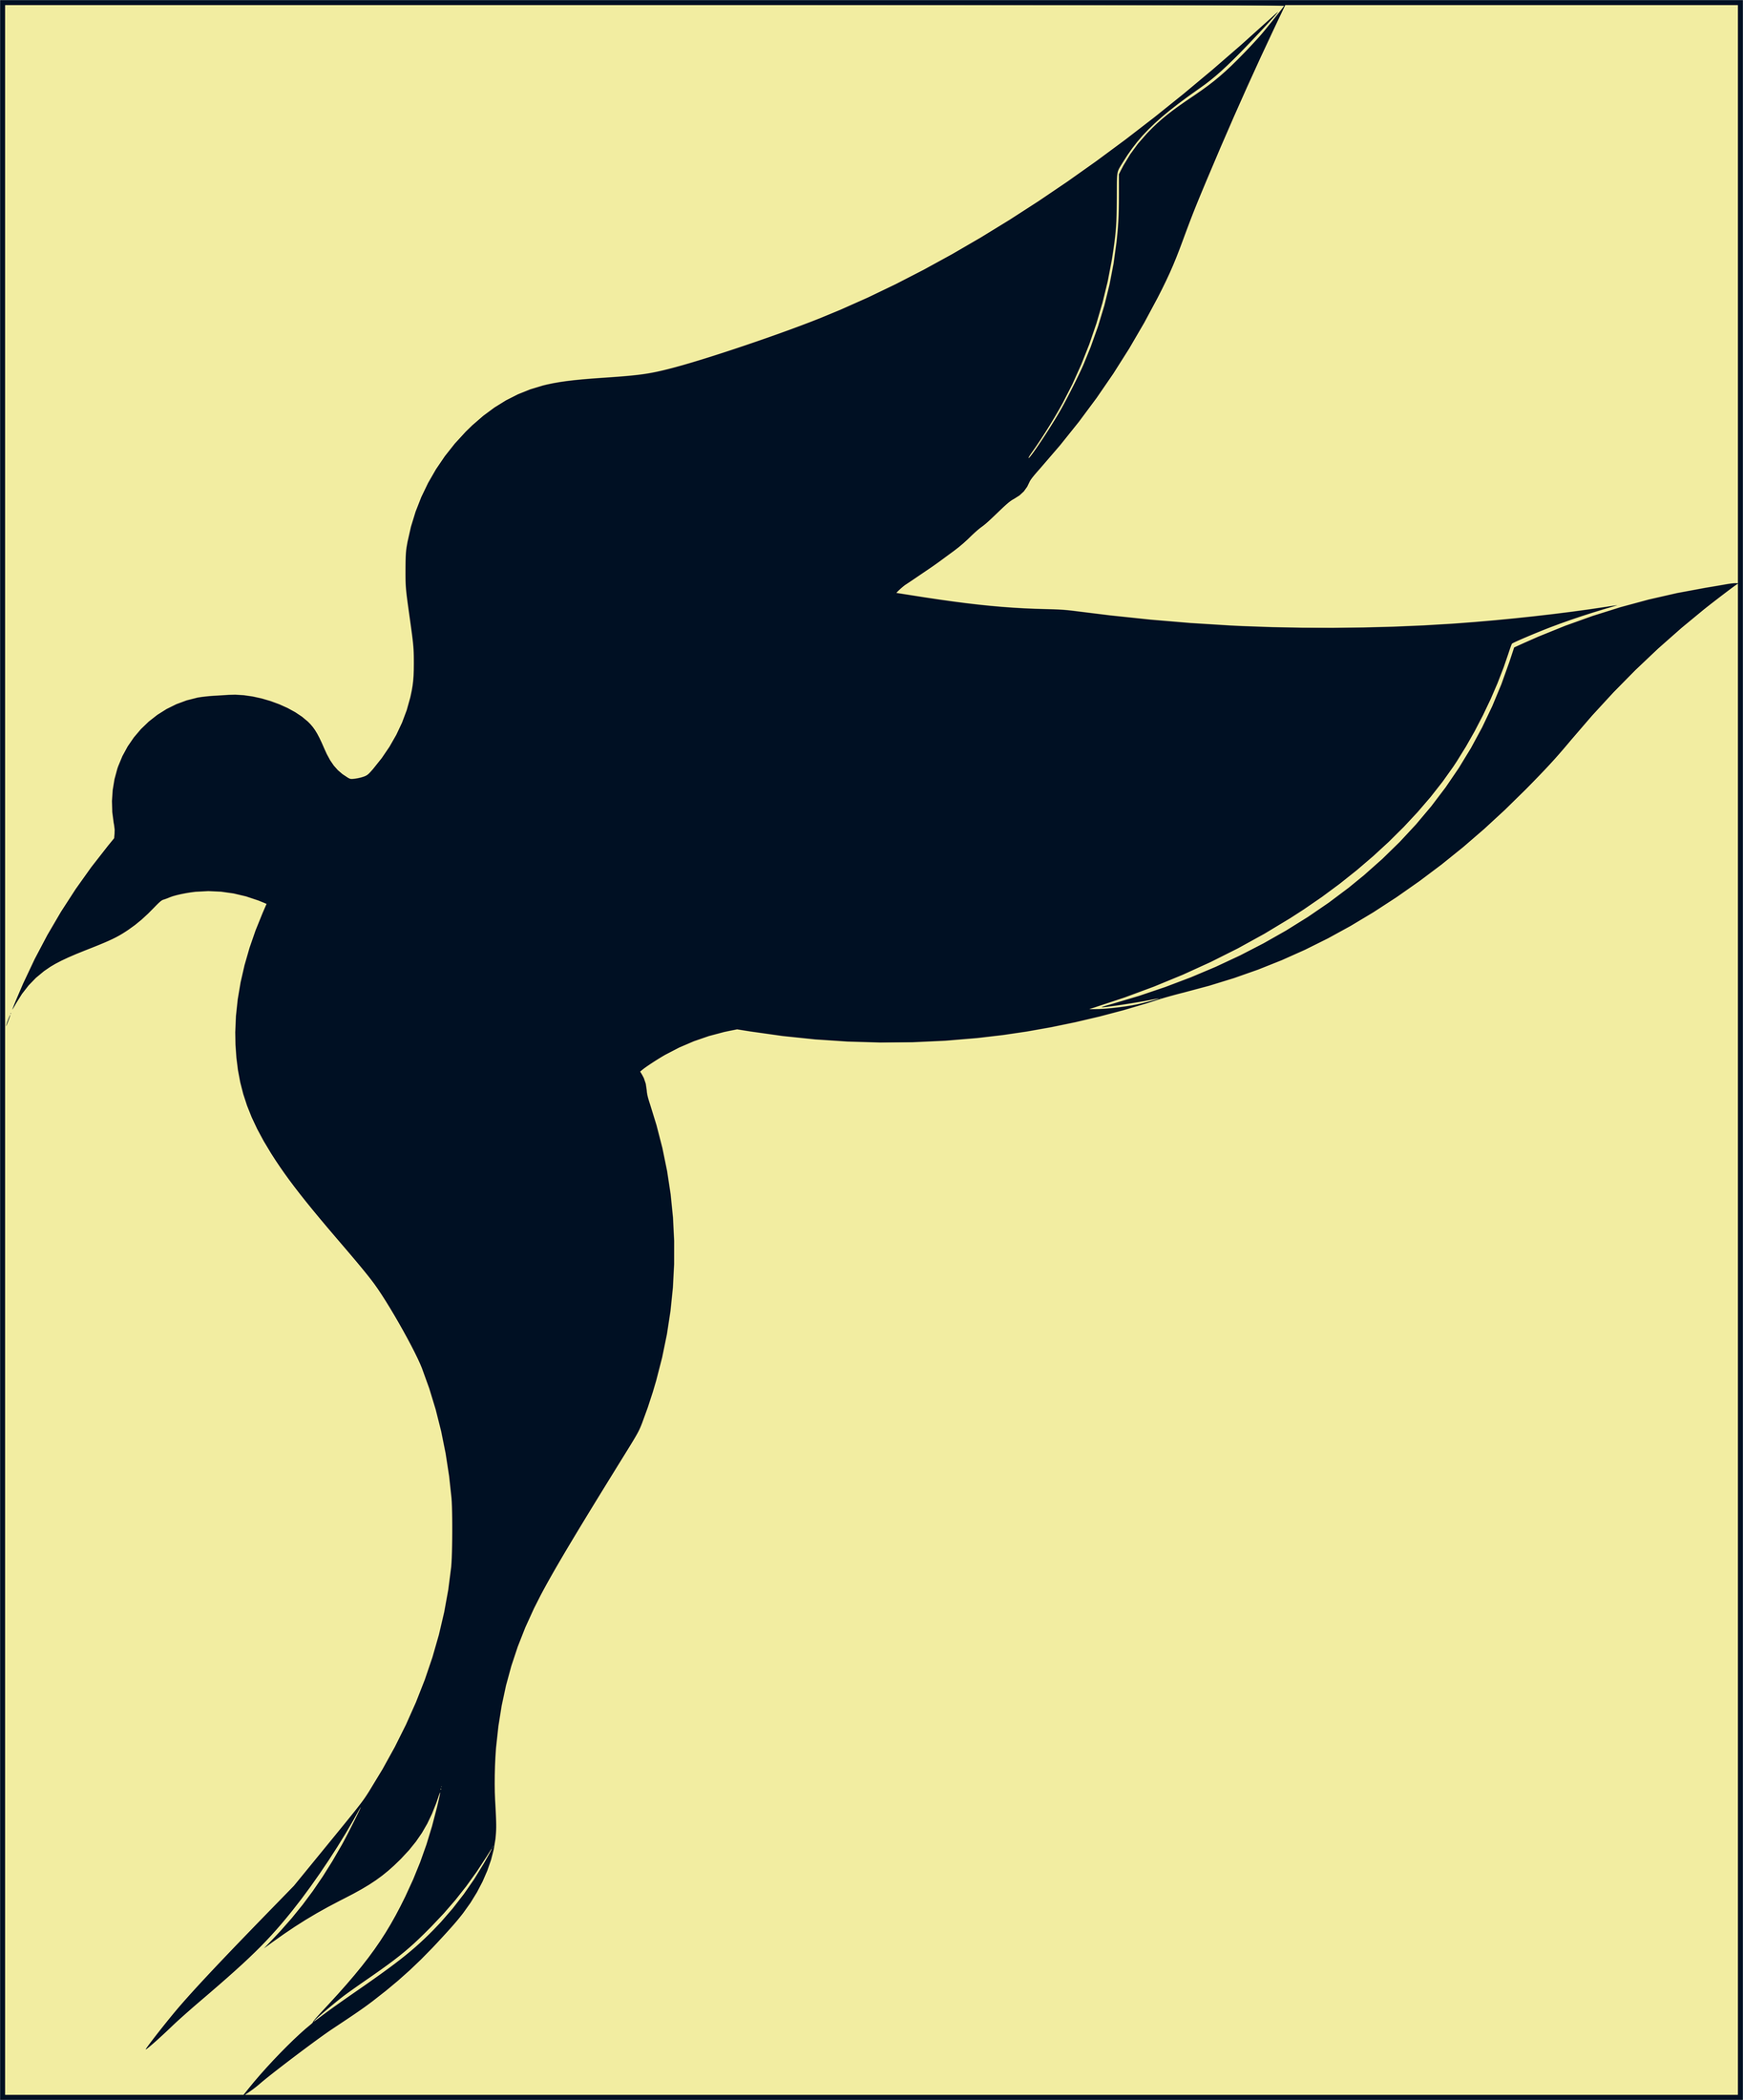
<source format=kicad_pcb>
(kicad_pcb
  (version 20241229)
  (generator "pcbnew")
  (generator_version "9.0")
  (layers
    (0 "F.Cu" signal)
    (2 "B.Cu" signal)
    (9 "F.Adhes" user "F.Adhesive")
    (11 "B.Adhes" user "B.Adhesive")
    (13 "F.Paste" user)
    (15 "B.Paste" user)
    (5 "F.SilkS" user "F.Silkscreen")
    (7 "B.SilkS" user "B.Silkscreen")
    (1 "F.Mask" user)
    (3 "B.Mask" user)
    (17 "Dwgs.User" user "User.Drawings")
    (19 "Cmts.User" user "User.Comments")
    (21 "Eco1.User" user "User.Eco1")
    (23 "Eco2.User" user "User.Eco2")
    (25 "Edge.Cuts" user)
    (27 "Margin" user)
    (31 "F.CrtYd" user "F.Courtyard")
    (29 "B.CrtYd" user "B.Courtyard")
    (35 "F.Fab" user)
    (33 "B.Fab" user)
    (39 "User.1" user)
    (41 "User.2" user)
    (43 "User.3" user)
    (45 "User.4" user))
  (footprint "logo"
    (layer "F.Cu")
    (at 516.586 623.026)
    (property "Reference" "logo" (at 0 0 0) (layer "F.SilkS") (effects (font (size 1.524 1.524) (thickness 0.3))))
    (attr board_only exclude_from_pos_files exclude_from_bom)
    (fp_poly (pts (xy -256.146 439.239) (xy -256.325 439.42) (xy -256.504 439.239) (xy -256.325 439.057)) (stroke (width 0) (type solid)) (fill yes) (layer "F.SilkS"))
    (fp_poly (pts (xy -225.738 475.524) (xy -225.917 475.706) (xy -226.096 475.524) (xy -225.917 475.343)) (stroke (width 0) (type solid)) (fill yes) (layer "F.SilkS"))
    (fp_poly (pts (xy -225.38 474.799) (xy -225.559 474.98) (xy -225.738 474.799) (xy -225.559 474.617)) (stroke (width 0) (type solid)) (fill yes) (layer "F.SilkS"))
    (fp_poly (pts (xy 172.792 -31.024) (xy 172.613 -30.843) (xy 172.434 -31.024) (xy 172.613 -31.206)) (stroke (width 0) (type solid)) (fill yes) (layer "F.SilkS"))
    (fp_poly (pts (xy -256.618 440.441) (xy -256.575 441.008) (xy -256.646 441.136) (xy -256.808 441.028) (xy -256.834 440.66) (xy -256.746 440.273)) (stroke (width 0) (type solid)) (fill yes) (layer "F.SilkS"))
    (fp_poly (pts (xy -226.234 476.223) (xy -226.542 476.887) (xy -227.129 478.019) (xy -227.977 479.585) (xy -229.071 481.553) (xy -230.396 483.89) (xy -231.217 485.321) (xy -236.823 494.442) (xy -242.994 503.346) (xy -249.63 511.901) (xy -256.63 519.974) (xy -261.131 524.702) (xy -263.845 527.412) (xy -266.508 529.989) (xy -269.176 532.475) (xy -271.901 534.915) (xy -274.738 537.351) (xy -277.742 539.825) (xy -280.966 542.381) (xy -284.465 545.062) (xy -288.294 547.911) (xy -292.506 550.97) (xy -297.156 554.283) (xy -302.297 557.892) (xy -307.985 561.841) (xy -308.556 562.235) (xy -311.494 564.274) (xy -314.475 566.36) (xy -317.394 568.419) (xy -320.15 570.379) (xy -322.638 572.165) (xy -324.756 573.705) (xy -326.401 574.925) (xy -326.623 575.092) (xy -328.361 576.404) (xy -329.914 577.561) (xy -331.186 578.493) (xy -332.084 579.133) (xy -332.514 579.41) (xy -332.525 579.414) (xy -332.469 579.248) (xy -331.987 578.706) (xy -331.181 577.901) (xy -331.094 577.818) (xy -329.774 576.603) (xy -328.008 575.047) (xy -325.921 573.253) (xy -323.634 571.323) (xy -321.269 569.359) (xy -318.948 567.463) (xy -316.794 565.738) (xy -314.93 564.286) (xy -314.764 564.16) (xy -313.391 563.139) (xy -311.545 561.801) (xy -309.348 560.23) (xy -306.92 558.512) (xy -304.383 556.735) (xy -301.858 554.984) (xy -301.58 554.792) (xy -296.675 551.392) (xy -292.299 548.307) (xy -288.373 545.473) (xy -284.819 542.824) (xy -281.556 540.295) (xy -278.505 537.821) (xy -275.586 535.338) (xy -272.721 532.78) (xy -269.83 530.081) (xy -266.832 527.178) (xy -263.65 524.005) (xy -262.213 522.549) (xy -254.853 514.756) (xy -247.999 506.837) (xy -241.538 498.651) (xy -235.36 490.055) (xy -229.353 480.906) (xy -228.09 478.881) (xy -227.131 477.354) (xy -226.512 476.423) (xy -226.218 476.057)) (stroke (width 0) (type solid)) (fill yes) (layer "F.SilkS"))
    (fp_poly (pts (xy 516.944 623.026) (xy -373.534 623.026) (xy -370.38 620.868) (xy -368.692 619.658) (xy -366.885 618.275) (xy -365.26 616.953) (xy -364.723 616.488) (xy -363.197 615.182) (xy -361.161 613.512) (xy -358.688 611.533) (xy -355.853 609.301) (xy -352.728 606.872) (xy -349.387 604.301) (xy -345.903 601.645) (xy -342.351 598.958) (xy -338.804 596.296) (xy -335.335 593.715) (xy -332.017 591.27) (xy -328.925 589.018) (xy -326.132 587.014) (xy -323.711 585.313) (xy -321.793 584.009) (xy -317.767 581.335) (xy -314.278 579.009) (xy -311.258 576.985) (xy -308.644 575.219) (xy -306.369 573.664) (xy -304.367 572.276) (xy -302.573 571.01) (xy -300.922 569.819) (xy -299.348 568.66) (xy -297.785 567.486) (xy -297.108 566.972) (xy -289.359 560.899) (xy -282.13 554.873) (xy -275.252 548.742) (xy -268.559 542.353) (xy -261.882 535.555) (xy -258.704 532.178) (xy -255.669 528.899) (xy -253.069 526.059) (xy -250.836 523.581) (xy -248.903 521.387) (xy -247.202 519.4) (xy -245.666 517.543) (xy -244.226 515.739) (xy -243.286 514.526) (xy -238.979 508.486) (xy -235.142 502.239) (xy -231.807 495.862) (xy -229.007 489.431) (xy -226.774 483.02) (xy -225.142 476.707) (xy -224.143 470.567) (xy -224.074 469.912) (xy -223.92 468.273) (xy -223.802 466.748) (xy -223.721 465.246) (xy -223.68 463.674) (xy -223.677 461.942) (xy -223.716 459.957) (xy -223.797 457.628) (xy -223.92 454.863) (xy -224.087 451.57) (xy -224.299 447.658) (xy -224.333 447.04) (xy -224.506 442.596) (xy -224.571 437.641) (xy -224.531 432.382) (xy -224.392 427.025) (xy -224.157 421.776) (xy -223.829 416.842) (xy -223.746 415.834) (xy -222.363 403.193) (xy -220.397 390.929) (xy -217.828 378.978) (xy -214.637 367.274) (xy -210.805 355.75) (xy -206.312 344.341) (xy -201.139 332.981) (xy -197.084 324.987) (xy -195.486 321.996) (xy -193.755 318.827) (xy -191.875 315.449) (xy -189.828 311.836) (xy -187.597 307.956) (xy -185.164 303.781) (xy -182.512 299.282) (xy -179.623 294.43) (xy -176.481 289.195) (xy -173.068 283.549) (xy -169.365 277.462) (xy -165.357 270.905) (xy -161.025 263.849) (xy -156.352 256.265) (xy -151.321 248.123) (xy -147.175 241.428) (xy -145.115 238.1) (xy -143.398 235.308) (xy -141.98 232.975) (xy -140.819 231.023) (xy -139.873 229.377) (xy -139.099 227.96) (xy -138.455 226.695) (xy -137.899 225.505) (xy -137.389 224.314) (xy -136.881 223.046) (xy -136.573 222.25) (xy -133.258 213.158) (xy -130.253 203.953) (xy -128.261 197.213) (xy -124.7 183.387) (xy -121.848 169.509) (xy -119.707 155.593) (xy -118.274 141.656) (xy -117.55 127.713) (xy -117.534 113.78) (xy -118.227 99.871) (xy -119.627 86.004) (xy -121.735 72.193) (xy -124.549 58.454) (xy -128.071 44.802) (xy -131.766 32.839) (xy -132.575 30.335) (xy -133.155 28.337) (xy -133.545 26.678) (xy -133.787 25.192) (xy -133.906 23.909) (xy -134.466 20.133) (xy -135.629 16.721) (xy -136.699 14.702) (xy -137.806 12.894) (xy -136.607 11.878) (xy -135.388 10.928) (xy -133.682 9.71) (xy -131.621 8.312) (xy -129.342 6.823) (xy -126.978 5.331) (xy -124.665 3.925) (xy -122.878 2.884) (xy -114.507 -1.46) (xy -105.785 -5.2) (xy -96.797 -8.302) (xy -87.634 -10.734) (xy -84.351 -11.431) (xy -79.991 -12.296) (xy -72.178 -11.045) (xy -52.81 -8.308) (xy -33.435 -6.296) (xy -14.057 -5.01) (xy 5.318 -4.448) (xy 24.689 -4.612) (xy 44.051 -5.501) (xy 63.4 -7.115) (xy 78.704 -8.908) (xy 92.858 -11) (xy 107.276 -13.564) (xy 121.79 -16.561) (xy 136.23 -19.952) (xy 150.425 -23.7) (xy 164.205 -27.764) (xy 170.824 -29.882) (xy 172.93 -30.543) (xy 175.548 -31.316) (xy 178.494 -32.149) (xy 181.581 -32.991) (xy 184.626 -33.788) (xy 186.386 -34.232) (xy 201.605 -38.299) (xy 216.384 -42.853) (xy 230.785 -47.923) (xy 244.875 -53.538) (xy 258.718 -59.728) (xy 272.379 -66.521) (xy 285.922 -73.946) (xy 299.414 -82.034) (xy 312.918 -90.811) (xy 313.565 -91.248) (xy 327.124 -100.754) (xy 340.259 -110.628) (xy 353.054 -120.94) (xy 365.594 -131.761) (xy 377.964 -143.161) (xy 390.247 -155.213) (xy 391.034 -156.009) (xy 395.008 -160.059) (xy 398.548 -163.711) (xy 401.744 -167.063) (xy 404.684 -170.211) (xy 407.458 -173.252) (xy 410.154 -176.285) (xy 412.862 -179.406) (xy 415.672 -182.713) (xy 417.484 -184.876) (xy 429.994 -199.396) (xy 442.772 -213.276) (xy 455.872 -226.569) (xy 469.346 -239.327) (xy 483.247 -251.602) (xy 496.552 -262.586) (xy 498.402 -264.053) (xy 500.511 -265.706) (xy 502.79 -267.475) (xy 505.147 -269.292) (xy 507.493 -271.087) (xy 509.737 -272.793) (xy 511.788 -274.339) (xy 513.555 -275.657) (xy 514.95 -276.677) (xy 515.88 -277.332) (xy 515.96 -277.385) (xy 516.944 -278.032)) (stroke (width 0) (type solid)) (fill yes) (layer "F.SilkS"))
    (fp_poly (pts (xy 516.944 -278.282) (xy 515.423 -278.35) (xy 514.463 -278.312) (xy 513.007 -278.159) (xy 511.261 -277.915) (xy 509.61 -277.639) (xy 507.896 -277.335) (xy 505.668 -276.949) (xy 503.117 -276.514) (xy 500.433 -276.062) (xy 497.81 -275.626) (xy 497.588 -275.59) (xy 480.625 -272.439) (xy 463.718 -268.581) (xy 446.927 -264.034) (xy 430.311 -258.817) (xy 413.931 -252.946) (xy 397.848 -246.442) (xy 389.313 -242.675) (xy 383.496 -240.03) (xy 380.664 -231.468) (xy 375.865 -218.078) (xy 370.445 -205.047) (xy 364.404 -192.376) (xy 357.743 -180.066) (xy 350.464 -168.12) (xy 342.568 -156.538) (xy 334.056 -145.324) (xy 324.929 -134.479) (xy 315.19 -124.003) (xy 304.838 -113.9) (xy 293.875 -104.171) (xy 284.818 -96.778) (xy 272.94 -87.86) (xy 260.487 -79.344) (xy 247.49 -71.246) (xy 233.978 -63.582) (xy 219.983 -56.364) (xy 205.534 -49.609) (xy 190.662 -43.331) (xy 175.395 -37.544) (xy 159.766 -32.264) (xy 143.803 -27.506) (xy 143.233 -27.347) (xy 141.269 -26.789) (xy 139.613 -26.292) (xy 138.36 -25.886) (xy 137.605 -25.603) (xy 137.443 -25.473) (xy 137.448 -25.472) (xy 138.095 -25.471) (xy 139.358 -25.581) (xy 141.147 -25.788) (xy 143.374 -26.078) (xy 145.95 -26.438) (xy 148.785 -26.854) (xy 151.79 -27.314) (xy 154.876 -27.803) (xy 157.954 -28.309) (xy 160.935 -28.817) (xy 163.73 -29.315) (xy 166.249 -29.789) (xy 166.866 -29.91) (xy 168.588 -30.242) (xy 170.038 -30.502) (xy 171.081 -30.668) (xy 171.584 -30.718) (xy 171.609 -30.712) (xy 171.34 -30.573) (xy 170.497 -30.295) (xy 169.201 -29.912) (xy 167.576 -29.456) (xy 165.741 -28.959) (xy 163.819 -28.456) (xy 161.93 -27.979) (xy 160.198 -27.561) (xy 158.839 -27.255) (xy 155.412 -26.594) (xy 151.598 -25.982) (xy 147.575 -25.439) (xy 143.518 -24.984) (xy 139.604 -24.637) (xy 136.01 -24.416) (xy 132.912 -24.343) (xy 132.545 -24.345) (xy 130.041 -24.372) (xy 132.903 -25.263) (xy 150.981 -31.239) (xy 168.614 -37.765) (xy 185.795 -44.839) (xy 202.518 -52.457) (xy 218.776 -60.617) (xy 234.563 -69.314) (xy 249.872 -78.547) (xy 257.931 -83.75) (xy 268.826 -91.233) (xy 279.394 -99.052) (xy 289.593 -107.169) (xy 299.383 -115.543) (xy 308.721 -124.134) (xy 317.567 -132.902) (xy 325.879 -141.806) (xy 333.615 -150.807) (xy 340.734 -159.865) (xy 347.195 -168.939) (xy 349.315 -172.145) (xy 354.74 -180.908) (xy 359.942 -190.078) (xy 364.856 -199.519) (xy 369.417 -209.096) (xy 373.56 -218.673) (xy 377.219 -228.113) (xy 379.936 -236.039) (xy 380.579 -237.996) (xy 381.176 -239.726) (xy 381.681 -241.103) (xy 382.049 -242.002) (xy 382.204 -242.283) (xy 382.681 -242.58) (xy 383.74 -243.106) (xy 385.297 -243.825) (xy 387.267 -244.702) (xy 389.567 -245.699) (xy 392.112 -246.782) (xy 394.818 -247.915) (xy 397.6 -249.06) (xy 400.375 -250.184) (xy 403.058 -251.249) (xy 404.969 -251.991) (xy 410.831 -254.179) (xy 417.15 -256.42) (xy 423.678 -258.63) (xy 430.168 -260.727) (xy 436.375 -262.626) (xy 437.166 -262.859) (xy 439.42 -263.524) (xy 441.411 -264.118) (xy 443.048 -264.613) (xy 444.239 -264.98) (xy 444.892 -265.193) (xy 444.985 -265.235) (xy 444.571 -265.187) (xy 443.573 -265.045) (xy 442.113 -264.827) (xy 440.313 -264.551) (xy 438.903 -264.332) (xy 428.682 -262.803) (xy 417.883 -261.323) (xy 406.643 -259.908) (xy 395.098 -258.573) (xy 383.386 -257.332) (xy 371.643 -256.201) (xy 360.005 -255.194) (xy 348.61 -254.327) (xy 346.656 -254.191) (xy 329.372 -253.163) (xy 311.599 -252.406) (xy 293.511 -251.924) (xy 275.285 -251.717) (xy 257.095 -251.786) (xy 239.115 -252.134) (xy 221.521 -252.761) (xy 214.29 -253.108) (xy 190.488 -254.594) (xy 166.658 -256.591) (xy 142.647 -259.113) (xy 122.528 -261.609) (xy 119.635 -261.972) (xy 116.995 -262.256) (xy 114.42 -262.473) (xy 111.723 -262.637) (xy 108.713 -262.76) (xy 105.205 -262.857) (xy 104.641 -262.869) (xy 97.922 -263.061) (xy 91.291 -263.343) (xy 84.67 -263.726) (xy 77.98 -264.215) (xy 71.141 -264.821) (xy 64.076 -265.55) (xy 56.705 -266.411) (xy 48.95 -267.412) (xy 40.733 -268.561) (xy 31.973 -269.867) (xy 23.107 -271.254) (xy 20.826 -271.617) (xy 18.791 -271.939) (xy 17.105 -272.203) (xy 15.872 -272.393) (xy 15.195 -272.494) (xy 15.098 -272.506) (xy 15.165 -272.717) (xy 15.662 -273.275) (xy 16.468 -274.067) (xy 17.46 -274.981) (xy 18.515 -275.904) (xy 19.51 -276.724) (xy 20.322 -277.328) (xy 20.438 -277.404) (xy 21.379 -278.018) (xy 22.743 -278.923) (xy 24.36 -280.006) (xy 26.06 -281.154) (xy 26.365 -281.361) (xy 28.342 -282.704) (xy 30.535 -284.192) (xy 32.668 -285.637) (xy 34.344 -286.772) (xy 36.175 -288.028) (xy 38.16 -289.417) (xy 40.022 -290.743) (xy 41.141 -291.558) (xy 42.507 -292.565) (xy 44.27 -293.862) (xy 46.246 -295.314) (xy 48.253 -296.787) (xy 49.275 -297.536) (xy 52.072 -299.694) (xy 54.928 -302.088) (xy 57.559 -304.476) (xy 58.531 -305.422) (xy 60.174 -307.016) (xy 61.879 -308.592) (xy 63.48 -310.004) (xy 64.813 -311.103) (xy 65.243 -311.429) (xy 66.278 -312.192) (xy 67.227 -312.92) (xy 68.17 -313.686) (xy 69.187 -314.562) (xy 70.36 -315.619) (xy 71.77 -316.931) (xy 73.498 -318.568) (xy 75.624 -320.603) (xy 76.737 -321.671) (xy 78.828 -323.659) (xy 80.522 -325.21) (xy 81.922 -326.407) (xy 83.129 -327.334) (xy 84.245 -328.074) (xy 85.323 -328.683) (xy 88.479 -330.685) (xy 91.04 -333.064) (xy 93.046 -335.862) (xy 94.234 -338.32) (xy 94.638 -339.157) (xy 95.258 -340.144) (xy 96.153 -341.357) (xy 97.382 -342.869) (xy 99.001 -344.758) (xy 100.793 -346.787) (xy 112.664 -360.575) (xy 123.873 -374.565) (xy 134.46 -388.813) (xy 144.462 -403.376) (xy 153.918 -418.31) (xy 162.869 -433.673) (xy 170.772 -448.391) (xy 173.479 -453.718) (xy 175.876 -458.621) (xy 178.042 -463.281) (xy 180.059 -467.881) (xy 182.007 -472.605) (xy 183.967 -477.635) (xy 185.442 -481.578) (xy 186.982 -485.744) (xy 188.356 -489.437) (xy 189.612 -492.773) (xy 190.795 -495.869) (xy 191.952 -498.843) (xy 193.128 -501.812) (xy 194.371 -504.892) (xy 195.727 -508.202) (xy 197.241 -511.857) (xy 198.961 -515.976) (xy 200.365 -519.324) (xy 208.374 -538.191) (xy 216.312 -556.46) (xy 224.231 -574.25) (xy 232.183 -591.677) (xy 240.222 -608.858) (xy 241.564 -611.686) (xy 246.957 -623.026) (xy 516.944 -623.026)) (stroke (width 0) (type solid)) (fill yes) (layer "F.SilkS"))
    (fp_poly (pts (xy -114.484 -623.026) (xy -94.645 -623.025) (xy -75.5 -623.024) (xy -57.037 -623.023) (xy -39.247 -623.022) (xy -22.118 -623.02) (xy -5.639 -623.018) (xy 10.201 -623.016) (xy 25.412 -623.013) (xy 40.005 -623.009) (xy 53.992 -623.006) (xy 67.383 -623.002) (xy 80.188 -622.997) (xy 92.42 -622.992) (xy 104.088 -622.986) (xy 115.203 -622.981) (xy 125.777 -622.974) (xy 135.82 -622.967) (xy 145.344 -622.96) (xy 154.358 -622.952) (xy 162.874 -622.943) (xy 170.903 -622.934) (xy 178.456 -622.924) (xy 185.543 -622.914) (xy 192.175 -622.903) (xy 198.364 -622.892) (xy 204.119 -622.88) (xy 209.453 -622.867) (xy 214.375 -622.854) (xy 218.898 -622.84) (xy 223.03 -622.825) (xy 226.784 -622.81) (xy 230.171 -622.794) (xy 233.2 -622.777) (xy 235.884 -622.759) (xy 238.232 -622.741) (xy 240.256 -622.722) (xy 241.967 -622.702) (xy 243.376 -622.682) (xy 244.492 -622.661) (xy 245.328 -622.638) (xy 245.894 -622.616) (xy 246.201 -622.592) (xy 246.268 -622.572) (xy 245.906 -622.055) (xy 245.159 -621.068) (xy 244.098 -619.7) (xy 242.793 -618.039) (xy 241.315 -616.174) (xy 239.734 -614.193) (xy 238.123 -612.187) (xy 236.551 -610.243) (xy 235.09 -608.45) (xy 233.809 -606.898) (xy 233.033 -605.971) (xy 231.787 -604.538) (xy 230.15 -602.718) (xy 228.239 -600.636) (xy 226.171 -598.419) (xy 224.061 -596.192) (xy 222.523 -594.593) (xy 218.496 -590.494) (xy 214.798 -586.863) (xy 211.309 -583.6) (xy 207.912 -580.606) (xy 204.49 -577.781) (xy 200.923 -575.026) (xy 197.094 -572.24) (xy 192.885 -569.324) (xy 191.394 -568.318) (xy 186.891 -565.255) (xy 182.923 -562.464) (xy 179.397 -559.871) (xy 176.221 -557.4) (xy 173.302 -554.975) (xy 170.547 -552.522) (xy 167.863 -549.964) (xy 165.158 -547.228) (xy 164.361 -546.396) (xy 159.126 -540.404) (xy 154.475 -534.067) (xy 150.451 -527.444) (xy 148.968 -524.61) (xy 147.749 -522.17) (xy 147.749 -510.345) (xy 147.731 -505.588) (xy 147.671 -501.389) (xy 147.561 -497.579) (xy 147.393 -493.991) (xy 147.157 -490.456) (xy 146.846 -486.808) (xy 146.451 -482.877) (xy 146.303 -481.511) (xy 144.585 -469.034) (xy 142.171 -456.506) (xy 139.075 -443.978) (xy 135.31 -431.499) (xy 130.89 -419.117) (xy 126.576 -408.59) (xy 125.381 -405.934) (xy 123.903 -402.797) (xy 122.219 -399.329) (xy 120.402 -395.679) (xy 118.528 -391.994) (xy 116.673 -388.423) (xy 114.912 -385.116) (xy 113.319 -382.22) (xy 112.52 -380.819) (xy 110.978 -378.202) (xy 109.304 -375.44) (xy 107.539 -372.593) (xy 105.724 -369.723) (xy 103.9 -366.89) (xy 102.108 -364.156) (xy 100.389 -361.582) (xy 98.784 -359.229) (xy 97.333 -357.157) (xy 96.079 -355.428) (xy 95.061 -354.104) (xy 94.322 -353.244) (xy 93.901 -352.911) (xy 93.825 -352.952) (xy 93.964 -353.412) (xy 94.451 -354.292) (xy 95.198 -355.436) (xy 95.618 -356.028) (xy 98.107 -359.558) (xy 100.814 -363.585) (xy 103.643 -367.955) (xy 106.497 -372.513) (xy 109.279 -377.104) (xy 111.893 -381.574) (xy 114.236 -385.758) (xy 119.997 -397.006) (xy 125.287 -408.727) (xy 130.073 -420.818) (xy 134.319 -433.175) (xy 137.99 -445.696) (xy 141.053 -458.277) (xy 143.471 -470.817) (xy 143.993 -474.073) (xy 144.593 -478.088) (xy 145.088 -481.674) (xy 145.49 -484.966) (xy 145.808 -488.101) (xy 146.051 -491.217) (xy 146.231 -494.45) (xy 146.356 -497.938) (xy 146.438 -501.816) (xy 146.485 -506.224) (xy 146.497 -508.365) (xy 146.51 -512.023) (xy 146.52 -515.041) (xy 146.541 -517.504) (xy 146.59 -519.495) (xy 146.68 -521.101) (xy 146.827 -522.406) (xy 147.045 -523.495) (xy 147.35 -524.453) (xy 147.755 -525.365) (xy 148.277 -526.316) (xy 148.929 -527.391) (xy 149.727 -528.674) (xy 150.178 -529.409) (xy 152.834 -533.577) (xy 155.621 -537.555) (xy 158.592 -541.39) (xy 161.797 -545.132) (xy 165.286 -548.831) (xy 169.112 -552.535) (xy 173.324 -556.293) (xy 177.975 -560.154) (xy 183.115 -564.169) (xy 188.794 -568.384) (xy 195.065 -572.851) (xy 195.92 -573.449) (xy 199.195 -575.804) (xy 202.367 -578.244) (xy 205.536 -580.855) (xy 208.804 -583.723) (xy 212.268 -586.936) (xy 216.031 -590.58) (xy 218.171 -592.706) (xy 220.043 -594.6) (xy 222.157 -596.771) (xy 224.447 -599.149) (xy 226.849 -601.666) (xy 229.297 -604.252) (xy 231.728 -606.839) (xy 234.077 -609.356) (xy 236.278 -611.734) (xy 238.267 -613.905) (xy 239.98 -615.798) (xy 241.351 -617.346) (xy 242.316 -618.478) (xy 242.613 -618.85) (xy 242.613 -618.944) (xy 242.149 -618.602) (xy 241.281 -617.875) (xy 240.072 -616.816) (xy 238.585 -615.479) (xy 237.901 -614.855) (xy 220.778 -599.452) (xy 203.57 -584.538) (xy 186.299 -570.126) (xy 168.985 -556.23) (xy 151.648 -542.864) (xy 134.309 -530.041) (xy 116.989 -517.776) (xy 99.708 -506.081) (xy 82.488 -494.971) (xy 65.347 -484.459) (xy 48.309 -474.559) (xy 31.391 -465.284) (xy 14.617 -456.649) (xy -1.995 -448.667) (xy -18.424 -441.352) (xy -30.559 -436.332) (xy -35.98 -434.204) (xy -41.861 -431.965) (xy -48.116 -429.646) (xy -54.661 -427.274) (xy -61.41 -424.879) (xy -68.279 -422.489) (xy -75.181 -420.132) (xy -82.033 -417.838) (xy -88.749 -415.635) (xy -95.244 -413.552) (xy -101.433 -411.618) (xy -107.231 -409.86) (xy -112.552 -408.309) (xy -117.312 -406.993) (xy -118.235 -406.748) (xy -121.557 -405.892) (xy -124.623 -405.142) (xy -127.521 -404.486) (xy -130.338 -403.912) (xy -133.164 -403.408) (xy -136.086 -402.96) (xy -139.193 -402.558) (xy -142.572 -402.187) (xy -146.313 -401.836) (xy -150.504 -401.493) (xy -155.232 -401.144) (xy -160.586 -400.777) (xy -160.628 -400.775) (xy -166.826 -400.331) (xy -172.384 -399.863) (xy -177.378 -399.363) (xy -181.883 -398.819) (xy -185.976 -398.222) (xy -189.731 -397.563) (xy -193.225 -396.832) (xy -195.706 -396.233) (xy -203.323 -393.932) (xy -210.686 -390.98) (xy -217.814 -387.368) (xy -224.724 -383.085) (xy -231.432 -378.12) (xy -237.956 -372.464) (xy -241.846 -368.676) (xy -248.361 -361.572) (xy -254.282 -354.092) (xy -259.597 -346.266) (xy -264.292 -338.118) (xy -268.353 -329.677) (xy -271.765 -320.97) (xy -274.516 -312.022) (xy -276.592 -302.861) (xy -277.151 -299.643) (xy -277.364 -298.073) (xy -277.526 -296.279) (xy -277.642 -294.151) (xy -277.719 -291.58) (xy -277.76 -288.458) (xy -277.77 -286.294) (xy -277.772 -283.853) (xy -277.763 -281.736) (xy -277.735 -279.847) (xy -277.677 -278.09) (xy -277.583 -276.368) (xy -277.444 -274.585) (xy -277.251 -272.646) (xy -276.997 -270.452) (xy -276.672 -267.909) (xy -276.268 -264.921) (xy -275.777 -261.389) (xy -275.299 -257.991) (xy -274.72 -253.867) (xy -274.239 -250.362) (xy -273.846 -247.381) (xy -273.531 -244.827) (xy -273.287 -242.601) (xy -273.105 -240.607) (xy -272.975 -238.748) (xy -272.889 -236.927) (xy -272.838 -235.046) (xy -272.814 -233.008) (xy -272.806 -230.716) (xy -272.806 -230.596) (xy -272.841 -226.652) (xy -272.963 -223.239) (xy -273.192 -220.167) (xy -273.548 -217.245) (xy -274.052 -214.282) (xy -274.723 -211.087) (xy -274.951 -210.094) (xy -277.05 -202.607) (xy -279.832 -195.194) (xy -283.264 -187.918) (xy -287.312 -180.843) (xy -291.944 -174.031) (xy -297.126 -167.545) (xy -297.505 -167.109) (xy -298.787 -165.672) (xy -299.771 -164.672) (xy -300.612 -163.987) (xy -301.466 -163.49) (xy -302.489 -163.059) (xy -302.663 -162.994) (xy -304.249 -162.503) (xy -306.126 -162.063) (xy -307.781 -161.785) (xy -309.214 -161.624) (xy -310.179 -161.597) (xy -310.915 -161.738) (xy -311.663 -162.082) (xy -312.253 -162.421) (xy -315.377 -164.496) (xy -318.11 -166.843) (xy -320.529 -169.559) (xy -322.714 -172.74) (xy -324.742 -176.483) (xy -326.11 -179.487) (xy -327.688 -183.08) (xy -329.11 -186.085) (xy -330.438 -188.602) (xy -331.734 -190.733) (xy -333.06 -192.582) (xy -334.478 -194.25) (xy -336.039 -195.829) (xy -339.521 -198.733) (xy -343.591 -201.444) (xy -348.141 -203.923) (xy -353.059 -206.133) (xy -358.237 -208.037) (xy -363.564 -209.599) (xy -368.93 -210.781) (xy -374.227 -211.546) (xy -379.344 -211.856) (xy -383.146 -211.758) (xy -384.758 -211.652) (xy -386.849 -211.519) (xy -389.184 -211.376) (xy -391.527 -211.235) (xy -392.269 -211.192) (xy -394.624 -211.017) (xy -397.107 -210.77) (xy -399.463 -210.48) (xy -401.432 -210.176) (xy -401.885 -210.091) (xy -408.287 -208.469) (xy -414.431 -206.195) (xy -420.274 -203.308) (xy -425.773 -199.846) (xy -430.886 -195.845) (xy -435.571 -191.344) (xy -439.785 -186.38) (xy -443.485 -180.991) (xy -446.63 -175.214) (xy -449.178 -169.087) (xy -449.653 -167.699) (xy -451.342 -161.47) (xy -452.413 -154.999) (xy -452.857 -148.417) (xy -452.667 -141.853) (xy -451.836 -135.438) (xy -451.617 -134.31) (xy -451.245 -131.38) (xy -451.315 -128.931) (xy -451.562 -126.254) (xy -455.221 -121.778) (xy -465.175 -109.04) (xy -474.521 -95.919) (xy -483.262 -82.413) (xy -491.4 -68.518) (xy -498.935 -54.231) (xy -505.871 -39.549) (xy -510.098 -29.693) (xy -510.845 -27.866) (xy -511.483 -26.272) (xy -511.964 -25.034) (xy -512.243 -24.27) (xy -512.293 -24.089) (xy -512.129 -24.275) (xy -511.679 -24.985) (xy -511.011 -26.111) (xy -510.189 -27.544) (xy -510.057 -27.778) (xy -506.516 -33.429) (xy -502.576 -38.495) (xy -498.197 -43.018) (xy -493.34 -47.041) (xy -489.576 -49.618) (xy -486.571 -51.389) (xy -483.037 -53.229) (xy -478.932 -55.158) (xy -474.213 -57.197) (xy -468.839 -59.365) (xy -468.648 -59.44) (xy -464.424 -61.103) (xy -460.791 -62.563) (xy -457.664 -63.862) (xy -454.959 -65.038) (xy -452.592 -66.132) (xy -450.48 -67.184) (xy -448.538 -68.234) (xy -446.682 -69.323) (xy -444.828 -70.49) (xy -443.069 -71.657) (xy -439.085 -74.526) (xy -435.221 -77.688) (xy -431.329 -81.271) (xy -427.961 -84.665) (xy -426.244 -86.431) (xy -424.915 -87.729) (xy -423.889 -88.631) (xy -423.08 -89.211) (xy -422.402 -89.544) (xy -422.162 -89.62) (xy -421.092 -89.966) (xy -419.683 -90.492) (xy -418.309 -91.056) (xy -416.612 -91.666) (xy -414.367 -92.296) (xy -411.738 -92.909) (xy -408.889 -93.472) (xy -405.985 -93.948) (xy -403.192 -94.304) (xy -402.874 -94.336) (xy -395.378 -94.721) (xy -387.865 -94.387) (xy -380.366 -93.338) (xy -372.911 -91.581) (xy -365.532 -89.12) (xy -361.973 -87.667) (xy -360.654 -87.095) (xy -362.98 -81.738) (xy -367.197 -71.319) (xy -370.799 -60.922) (xy -373.777 -50.583) (xy -376.126 -40.339) (xy -377.837 -30.225) (xy -378.902 -20.278) (xy -379.315 -10.533) (xy -379.184 -3.182) (xy -378.639 4.583) (xy -377.705 12.022) (xy -376.354 19.216) (xy -374.558 26.243) (xy -372.291 33.183) (xy -369.525 40.113) (xy -366.232 47.115) (xy -362.385 54.265) (xy -357.956 61.644) (xy -355.123 66.04) (xy -352.618 69.766) (xy -349.971 73.557) (xy -347.145 77.46) (xy -344.1 81.525) (xy -340.798 85.801) (xy -337.202 90.337) (xy -333.271 95.181) (xy -328.969 100.382) (xy -324.256 105.989) (xy -319.095 112.051) (xy -317.322 114.119) (xy -313.46 118.627) (xy -310.044 122.643) (xy -307.036 126.21) (xy -304.402 129.372) (xy -302.105 132.173) (xy -300.108 134.657) (xy -298.375 136.868) (xy -296.871 138.85) (xy -296.37 139.527) (xy -294.276 142.489) (xy -291.974 145.943) (xy -289.517 149.796) (xy -286.956 153.958) (xy -284.344 158.336) (xy -281.732 162.837) (xy -279.173 167.371) (xy -276.718 171.845) (xy -274.419 176.167) (xy -272.329 180.246) (xy -270.5 183.989) (xy -268.983 187.305) (xy -267.993 189.68) (xy -263.599 201.826) (xy -259.768 214.389) (xy -256.51 227.324) (xy -253.835 240.587) (xy -251.753 254.133) (xy -250.349 267.063) (xy -250.193 269.371) (xy -250.069 272.268) (xy -249.978 275.638) (xy -249.917 279.364) (xy -249.887 283.329) (xy -249.888 287.416) (xy -249.918 291.508) (xy -249.977 295.488) (xy -250.065 299.239) (xy -250.18 302.645) (xy -250.324 305.587) (xy -250.494 307.951) (xy -250.54 308.429) (xy -252.264 321.828) (xy -254.701 335.24) (xy -257.846 348.657) (xy -261.698 362.071) (xy -266.253 375.473) (xy -271.509 388.856) (xy -277.461 402.211) (xy -284.108 415.529) (xy -291.446 428.804) (xy -299.472 442.026) (xy -299.488 442.051) (xy -300.185 443.146) (xy -300.844 444.166) (xy -301.494 445.149) (xy -302.169 446.138) (xy -302.899 447.171) (xy -303.716 448.289) (xy -304.652 449.534) (xy -305.738 450.944) (xy -307.005 452.56) (xy -308.486 454.423) (xy -310.211 456.572) (xy -312.213 459.049) (xy -314.523 461.894) (xy -317.172 465.146) (xy -320.192 468.846) (xy -323.615 473.035) (xy -326.387 476.426) (xy -344.331 498.374) (xy -360.072 514.531) (xy -367.052 521.71) (xy -373.534 528.407) (xy -379.536 534.64) (xy -385.075 540.429) (xy -390.171 545.793) (xy -394.841 550.752) (xy -399.103 555.325) (xy -402.976 559.531) (xy -406.477 563.39) (xy -409.625 566.921) (xy -412.438 570.143) (xy -414.065 572.044) (xy -415.867 574.194) (xy -417.829 576.576) (xy -419.888 579.111) (xy -421.985 581.723) (xy -424.059 584.334) (xy -426.049 586.868) (xy -427.895 589.246) (xy -429.535 591.392) (xy -430.91 593.228) (xy -431.959 594.678) (xy -432.62 595.663) (xy -432.698 595.792) (xy -432.693 595.977) (xy -432.217 595.709) (xy -431.323 595.034) (xy -430.06 593.996) (xy -428.48 592.64) (xy -426.634 591.011) (xy -424.573 589.153) (xy -422.348 587.111) (xy -420.01 584.931) (xy -417.611 582.655) (xy -416.596 581.682) (xy -415.046 580.223) (xy -413.05 578.395) (xy -410.713 576.292) (xy -408.141 574.008) (xy -405.438 571.636) (xy -402.71 569.269) (xy -400.433 567.317) (xy -394.416 562.17) (xy -388.918 557.419) (xy -383.892 553.016) (xy -379.289 548.915) (xy -375.062 545.069) (xy -371.163 541.43) (xy -367.545 537.952) (xy -364.158 534.588) (xy -360.956 531.29) (xy -357.891 528.012) (xy -354.915 524.707) (xy -351.98 521.329) (xy -349.038 517.828) (xy -346.041 514.16) (xy -345.027 512.899) (xy -339.759 506.123) (xy -334.364 498.81) (xy -328.943 491.112) (xy -323.595 483.179) (xy -318.423 475.163) (xy -313.526 467.216) (xy -309.005 459.487) (xy -306.621 455.213) (xy -305.801 453.734) (xy -305.123 452.547) (xy -304.649 451.762) (xy -304.446 451.488) (xy -304.442 451.496) (xy -304.602 451.942) (xy -305.051 452.939) (xy -305.743 454.399) (xy -306.635 456.232) (xy -307.68 458.347) (xy -308.834 460.656) (xy -310.052 463.069) (xy -311.288 465.496) (xy -312.497 467.847) (xy -313.635 470.033) (xy -314.656 471.964) (xy -315.515 473.551) (xy -315.76 473.994) (xy -321.422 483.741) (xy -327.155 492.868) (xy -333.035 501.48) (xy -339.14 509.682) (xy -345.547 517.58) (xy -352.333 525.278) (xy -356.673 529.902) (xy -362.218 535.678) (xy -357.031 531.929) (xy -350.246 527.129) (xy -343.739 522.75) (xy -337.329 518.682) (xy -330.832 514.815) (xy -324.066 511.036) (xy -316.849 507.236) (xy -314.28 505.929) (xy -308.817 503.098) (xy -303.937 500.401) (xy -299.539 497.765) (xy -295.519 495.119) (xy -291.774 492.39) (xy -288.203 489.507) (xy -284.702 486.398) (xy -281.17 482.99) (xy -280.271 482.085) (xy -275.624 477.076) (xy -271.544 472.027) (xy -267.957 466.818) (xy -264.789 461.327) (xy -261.969 455.433) (xy -259.421 449.014) (xy -258.233 445.589) (xy -257.686 443.993) (xy -257.318 443.037) (xy -257.129 442.729) (xy -257.121 443.078) (xy -257.295 444.093) (xy -257.651 445.782) (xy -258.192 448.153) (xy -258.917 451.216) (xy -259.004 451.576) (xy -261.965 462.922) (xy -265.28 473.763) (xy -269.004 484.253) (xy -273.192 494.547) (xy -277.899 504.798) (xy -277.956 504.916) (xy -280.803 510.629) (xy -283.67 516.063) (xy -286.605 521.281) (xy -289.653 526.346) (xy -292.86 531.323) (xy -296.272 536.275) (xy -299.937 541.266) (xy -303.9 546.36) (xy -308.207 551.62) (xy -312.904 557.111) (xy -318.038 562.897) (xy -323.655 569.04) (xy -327.053 572.685) (xy -328.715 574.479) (xy -330.186 576.107) (xy -331.401 577.494) (xy -332.297 578.566) (xy -332.807 579.247) (xy -332.899 579.457) (xy -333.045 579.84) (xy -333.63 580.481) (xy -334.223 580.993) (xy -337.351 583.598) (xy -340.828 586.697) (xy -344.569 590.206) (xy -348.493 594.039) (xy -352.517 598.112) (xy -356.558 602.339) (xy -360.533 606.636) (xy -364.36 610.918) (xy -367.956 615.099) (xy -370.983 618.776) (xy -374.382 623.007) (xy -445.484 623.017) (xy -516.586 623.026) (xy -516.586 -14.327) (xy -516.036 -14.327) (xy -516.007 -14.205) (xy -515.766 -14.673) (xy -515.353 -15.642) (xy -514.809 -17.021) (xy -514.242 -18.544) (xy -513.806 -19.801) (xy -513.549 -20.65) (xy -513.507 -20.946) (xy -513.691 -20.712) (xy -514.042 -19.959) (xy -514.495 -18.855) (xy -514.986 -17.57) (xy -515.45 -16.27) (xy -515.823 -15.125) (xy -516.036 -14.327) (xy -516.586 -14.327) (xy -516.586 -21.771) (xy -513.366 -21.771) (xy -513.235 -21.473) (xy -513.128 -21.53) (xy -513.085 -21.96) (xy -513.128 -22.013) (xy -513.34 -21.964) (xy -513.366 -21.771) (xy -516.586 -21.771) (xy -516.586 -623.026) (xy -135.028 -623.026)) (stroke (width 0) (type solid)) (fill yes) (layer "F.SilkS")))
  (gr_rect
    (start -3 -3)
    (end 1036.53 1249.051)
    (stroke (width 0.1) (type default))
    (fill no)
    (layer "Edge.Cuts")))
</source>
